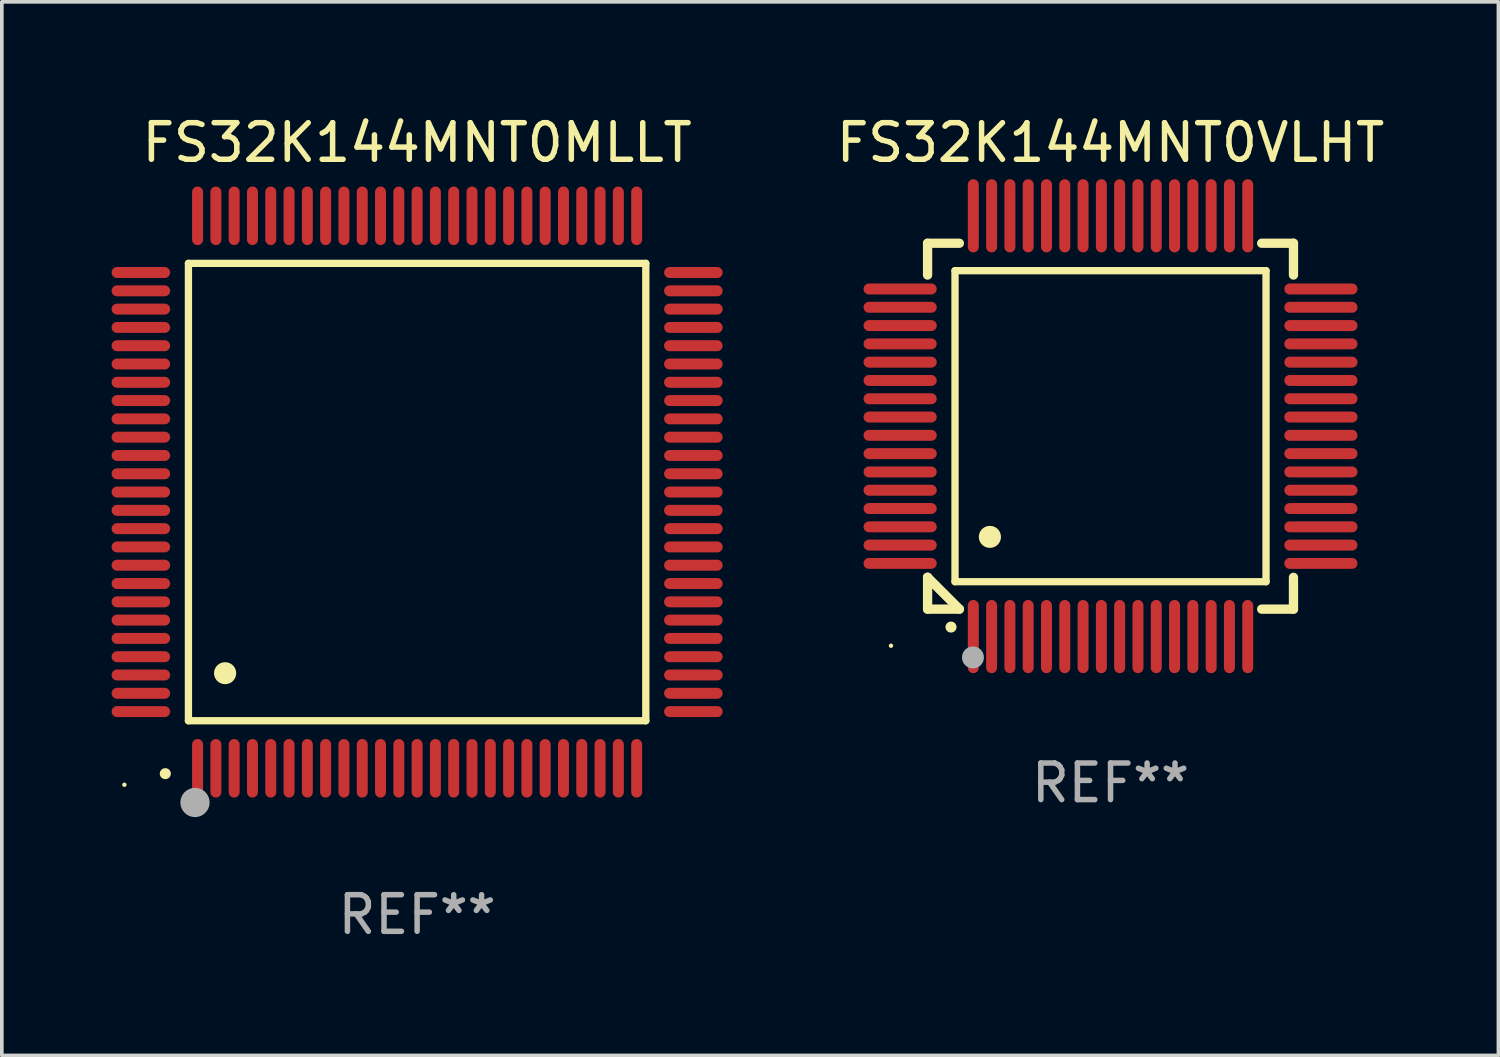
<source format=kicad_pcb>
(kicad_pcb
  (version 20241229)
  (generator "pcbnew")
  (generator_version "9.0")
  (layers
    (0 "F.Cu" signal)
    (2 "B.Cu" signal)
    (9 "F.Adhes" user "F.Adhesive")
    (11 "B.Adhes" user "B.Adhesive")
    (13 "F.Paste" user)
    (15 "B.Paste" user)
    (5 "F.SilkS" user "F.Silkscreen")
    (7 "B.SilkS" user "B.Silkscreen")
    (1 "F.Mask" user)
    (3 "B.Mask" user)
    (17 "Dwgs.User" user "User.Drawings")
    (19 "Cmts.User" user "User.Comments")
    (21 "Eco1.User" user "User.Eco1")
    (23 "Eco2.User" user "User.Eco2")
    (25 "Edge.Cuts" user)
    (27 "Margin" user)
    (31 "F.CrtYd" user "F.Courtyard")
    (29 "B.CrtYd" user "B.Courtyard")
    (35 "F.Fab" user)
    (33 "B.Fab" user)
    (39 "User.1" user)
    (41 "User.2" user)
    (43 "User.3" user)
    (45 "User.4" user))
  (footprint "FS32K144MNT0VLHT"
    (layer "F.Cu")
    (at 27.301 8.598)
    (property "Reference" "FS32K144MNT0VLHT" (at 0 -7.75 0) (layer "F.SilkS") (effects (font (size 1 1) (thickness 0.15))))
    (attr through_hole)
    (fp_line (start -5 -5) (end -4.131 -5) (stroke (width 0.254) (type solid)) (layer "F.SilkS"))
    (fp_line (start -5 -4.131) (end -5 -5) (stroke (width 0.254) (type solid)) (layer "F.SilkS"))
    (fp_line (start -5 4.131) (end -5 4.131) (stroke (width 0.254) (type solid)) (layer "F.SilkS"))
    (fp_line (start -5 5) (end -5 4.131) (stroke (width 0.254) (type solid)) (layer "F.SilkS"))
    (fp_line (start -5 4.131) (end -4.131 5) (stroke (width 0.254) (type solid)) (layer "F.SilkS"))
    (fp_line (start -4.25 -4.25) (end -4.25 4.25) (stroke (width 0.2) (type solid)) (layer "F.SilkS"))
    (fp_line (start -4.25 4.25) (end 4.25 4.25) (stroke (width 0.2) (type solid)) (layer "F.SilkS"))
    (fp_line (start -4.131 5) (end -5 5) (stroke (width 0.254) (type solid)) (layer "F.SilkS"))
    (fp_line (start 4.25 -4.25) (end -4.25 -4.25) (stroke (width 0.2) (type solid)) (layer "F.SilkS"))
    (fp_line (start 4.25 4.25) (end 4.25 -4.25) (stroke (width 0.2) (type solid)) (layer "F.SilkS"))
    (fp_line (start 5 -5) (end 4.131 -5) (stroke (width 0.254) (type solid)) (layer "F.SilkS"))
    (fp_line (start 5 -5) (end 5 -4.131) (stroke (width 0.254) (type solid)) (layer "F.SilkS"))
    (fp_line (start 5 4.131) (end 5 5) (stroke (width 0.254) (type solid)) (layer "F.SilkS"))
    (fp_line (start 5 5) (end 4.131 5) (stroke (width 0.254) (type solid)) (layer "F.SilkS"))
    (fp_arc (start -4.361265 5.489992) (mid -4.359995 5.489987) (end -4.358725 5.489992) (stroke (width 0.3) (type solid)) (layer "F.SilkS"))
    (fp_arc (start -3.299467 3.025146) (mid -3.296927 3.025135) (end -3.294387 3.025146) (stroke (width 0.6) (type solid)) (layer "F.SilkS"))
    (fp_circle (center -6 6) (end -5.97 6) (stroke (width 0.06) (type solid)) (fill no) (layer "F.SilkS"))
    (fp_circle (center -3.76 6.32) (end -3.61 6.32) (stroke (width 0.3) (type solid)) (fill no) (layer "F.Fab"))
    (fp_text user "REF**" (at 0 9.75 0) (layer "F.Fab") (effects (font (size 1 1) (thickness 0.15))))
    (pad "1" smd oval (at -3.75 5.75) (size 0.3 2) (layers "F.Cu" "F.Mask" "F.Paste"))
    (pad "2" smd oval (at -3.25 5.75) (size 0.3 2) (layers "F.Cu" "F.Mask" "F.Paste"))
    (pad "3" smd oval (at -2.75 5.75) (size 0.3 2) (layers "F.Cu" "F.Mask" "F.Paste"))
    (pad "4" smd oval (at -2.25 5.75) (size 0.3 2) (layers "F.Cu" "F.Mask" "F.Paste"))
    (pad "5" smd oval (at -1.75 5.75) (size 0.3 2) (layers "F.Cu" "F.Mask" "F.Paste"))
    (pad "6" smd oval (at -1.25 5.75) (size 0.3 2) (layers "F.Cu" "F.Mask" "F.Paste"))
    (pad "7" smd oval (at -0.75 5.75) (size 0.3 2) (layers "F.Cu" "F.Mask" "F.Paste"))
    (pad "8" smd oval (at -0.25 5.75) (size 0.3 2) (layers "F.Cu" "F.Mask" "F.Paste"))
    (pad "9" smd oval (at 0.25 5.75) (size 0.3 2) (layers "F.Cu" "F.Mask" "F.Paste"))
    (pad "10" smd oval (at 0.75 5.75) (size 0.3 2) (layers "F.Cu" "F.Mask" "F.Paste"))
    (pad "11" smd oval (at 1.25 5.75) (size 0.3 2) (layers "F.Cu" "F.Mask" "F.Paste"))
    (pad "12" smd oval (at 1.75 5.75) (size 0.3 2) (layers "F.Cu" "F.Mask" "F.Paste"))
    (pad "13" smd oval (at 2.25 5.75) (size 0.3 2) (layers "F.Cu" "F.Mask" "F.Paste"))
    (pad "14" smd oval (at 2.75 5.75) (size 0.3 2) (layers "F.Cu" "F.Mask" "F.Paste"))
    (pad "15" smd oval (at 3.25 5.75) (size 0.3 2) (layers "F.Cu" "F.Mask" "F.Paste"))
    (pad "16" smd oval (at 3.75 5.75) (size 0.3 2) (layers "F.Cu" "F.Mask" "F.Paste"))
    (pad "17" smd oval (at 5.75 3.75) (size 2 0.3) (layers "F.Cu" "F.Mask" "F.Paste"))
    (pad "18" smd oval (at 5.75 3.25) (size 2 0.3) (layers "F.Cu" "F.Mask" "F.Paste"))
    (pad "19" smd oval (at 5.75 2.75) (size 2 0.3) (layers "F.Cu" "F.Mask" "F.Paste"))
    (pad "20" smd oval (at 5.75 2.25) (size 2 0.3) (layers "F.Cu" "F.Mask" "F.Paste"))
    (pad "21" smd oval (at 5.75 1.75) (size 2 0.3) (layers "F.Cu" "F.Mask" "F.Paste"))
    (pad "22" smd oval (at 5.75 1.25) (size 2 0.3) (layers "F.Cu" "F.Mask" "F.Paste"))
    (pad "23" smd oval (at 5.75 0.75) (size 2 0.3) (layers "F.Cu" "F.Mask" "F.Paste"))
    (pad "24" smd oval (at 5.75 0.25) (size 2 0.3) (layers "F.Cu" "F.Mask" "F.Paste"))
    (pad "25" smd oval (at 5.75 -0.25) (size 2 0.3) (layers "F.Cu" "F.Mask" "F.Paste"))
    (pad "26" smd oval (at 5.75 -0.75) (size 2 0.3) (layers "F.Cu" "F.Mask" "F.Paste"))
    (pad "27" smd oval (at 5.75 -1.25) (size 2 0.3) (layers "F.Cu" "F.Mask" "F.Paste"))
    (pad "28" smd oval (at 5.75 -1.75) (size 2 0.3) (layers "F.Cu" "F.Mask" "F.Paste"))
    (pad "29" smd oval (at 5.75 -2.25) (size 2 0.3) (layers "F.Cu" "F.Mask" "F.Paste"))
    (pad "30" smd oval (at 5.75 -2.75) (size 2 0.3) (layers "F.Cu" "F.Mask" "F.Paste"))
    (pad "31" smd oval (at 5.75 -3.25) (size 2 0.3) (layers "F.Cu" "F.Mask" "F.Paste"))
    (pad "32" smd oval (at 5.75 -3.75) (size 2 0.3) (layers "F.Cu" "F.Mask" "F.Paste"))
    (pad "33" smd oval (at 3.75 -5.75) (size 0.3 2) (layers "F.Cu" "F.Mask" "F.Paste"))
    (pad "34" smd oval (at 3.25 -5.75) (size 0.3 2) (layers "F.Cu" "F.Mask" "F.Paste"))
    (pad "35" smd oval (at 2.75 -5.75) (size 0.3 2) (layers "F.Cu" "F.Mask" "F.Paste"))
    (pad "36" smd oval (at 2.25 -5.75) (size 0.3 2) (layers "F.Cu" "F.Mask" "F.Paste"))
    (pad "37" smd oval (at 1.75 -5.75) (size 0.3 2) (layers "F.Cu" "F.Mask" "F.Paste"))
    (pad "38" smd oval (at 1.25 -5.75) (size 0.3 2) (layers "F.Cu" "F.Mask" "F.Paste"))
    (pad "39" smd oval (at 0.75 -5.75) (size 0.3 2) (layers "F.Cu" "F.Mask" "F.Paste"))
    (pad "40" smd oval (at 0.25 -5.75) (size 0.3 2) (layers "F.Cu" "F.Mask" "F.Paste"))
    (pad "41" smd oval (at -0.25 -5.75) (size 0.3 2) (layers "F.Cu" "F.Mask" "F.Paste"))
    (pad "42" smd oval (at -0.75 -5.75) (size 0.3 2) (layers "F.Cu" "F.Mask" "F.Paste"))
    (pad "43" smd oval (at -1.25 -5.75) (size 0.3 2) (layers "F.Cu" "F.Mask" "F.Paste"))
    (pad "44" smd oval (at -1.75 -5.75) (size 0.3 2) (layers "F.Cu" "F.Mask" "F.Paste"))
    (pad "45" smd oval (at -2.25 -5.75) (size 0.3 2) (layers "F.Cu" "F.Mask" "F.Paste"))
    (pad "46" smd oval (at -2.75 -5.75) (size 0.3 2) (layers "F.Cu" "F.Mask" "F.Paste"))
    (pad "47" smd oval (at -3.25 -5.75) (size 0.3 2) (layers "F.Cu" "F.Mask" "F.Paste"))
    (pad "48" smd oval (at -3.75 -5.75) (size 0.3 2) (layers "F.Cu" "F.Mask" "F.Paste"))
    (pad "49" smd oval (at -5.75 -3.75) (size 2 0.3) (layers "F.Cu" "F.Mask" "F.Paste"))
    (pad "50" smd oval (at -5.75 -3.25) (size 2 0.3) (layers "F.Cu" "F.Mask" "F.Paste"))
    (pad "51" smd oval (at -5.75 -2.75) (size 2 0.3) (layers "F.Cu" "F.Mask" "F.Paste"))
    (pad "52" smd oval (at -5.75 -2.25) (size 2 0.3) (layers "F.Cu" "F.Mask" "F.Paste"))
    (pad "53" smd oval (at -5.75 -1.75) (size 2 0.3) (layers "F.Cu" "F.Mask" "F.Paste"))
    (pad "54" smd oval (at -5.75 -1.25) (size 2 0.3) (layers "F.Cu" "F.Mask" "F.Paste"))
    (pad "55" smd oval (at -5.75 -0.75) (size 2 0.3) (layers "F.Cu" "F.Mask" "F.Paste"))
    (pad "56" smd oval (at -5.75 -0.25) (size 2 0.3) (layers "F.Cu" "F.Mask" "F.Paste"))
    (pad "57" smd oval (at -5.75 0.25) (size 2 0.3) (layers "F.Cu" "F.Mask" "F.Paste"))
    (pad "58" smd oval (at -5.75 0.75) (size 2 0.3) (layers "F.Cu" "F.Mask" "F.Paste"))
    (pad "59" smd oval (at -5.75 1.25) (size 2 0.3) (layers "F.Cu" "F.Mask" "F.Paste"))
    (pad "60" smd oval (at -5.75 1.75) (size 2 0.3) (layers "F.Cu" "F.Mask" "F.Paste"))
    (pad "61" smd oval (at -5.75 2.25) (size 2 0.3) (layers "F.Cu" "F.Mask" "F.Paste"))
    (pad "62" smd oval (at -5.75 2.75) (size 2 0.3) (layers "F.Cu" "F.Mask" "F.Paste"))
    (pad "63" smd oval (at -5.75 3.25) (size 2 0.3) (layers "F.Cu" "F.Mask" "F.Paste"))
    (pad "64" smd oval (at -5.75 3.75) (size 2 0.3) (layers "F.Cu" "F.Mask" "F.Paste")))
  (footprint "FS32K144MNT0MLLT"
    (layer "F.Cu")
    (at 8.35 10.398)
    (property "Reference" "FS32K144MNT0MLLT" (at 0 -9.55 0) (layer "F.SilkS") (effects (font (size 1 1) (thickness 0.15))))
    (attr through_hole)
    (fp_line (start -6.25 -6.25) (end -6.25 6.25) (stroke (width 0.2) (type solid)) (layer "F.SilkS"))
    (fp_line (start -6.25 6.25) (end 6.25 6.25) (stroke (width 0.2) (type solid)) (layer "F.SilkS"))
    (fp_line (start 6.25 -6.25) (end -6.25 -6.25) (stroke (width 0.2) (type solid)) (layer "F.SilkS"))
    (fp_line (start 6.25 6.25) (end 6.25 -6.25) (stroke (width 0.2) (type solid)) (layer "F.SilkS"))
    (fp_arc (start -6.883414 7.696215) (mid -6.882144 7.69621) (end -6.880874 7.696215) (stroke (width 0.3) (type solid)) (layer "F.SilkS"))
    (fp_arc (start -5.250191 4.95047) (mid -5.247651 4.950459) (end -5.245111 4.95047) (stroke (width 0.6) (type solid)) (layer "F.SilkS"))
    (fp_circle (center -8 8) (end -7.97 8) (stroke (width 0.06) (type solid)) (fill no) (layer "F.SilkS"))
    (fp_circle (center -6.071 8.484) (end -5.871 8.484) (stroke (width 0.4) (type solid)) (fill no) (layer "F.Fab"))
    (fp_text user "REF**" (at 0 11.55 0) (layer "F.Fab") (effects (font (size 1 1) (thickness 0.15))))
    (pad "1" smd oval (at -6 7.55) (size 0.3 1.6) (layers "F.Cu" "F.Mask" "F.Paste"))
    (pad "2" smd oval (at -5.5 7.55) (size 0.3 1.6) (layers "F.Cu" "F.Mask" "F.Paste"))
    (pad "3" smd oval (at -5 7.55) (size 0.3 1.6) (layers "F.Cu" "F.Mask" "F.Paste"))
    (pad "4" smd oval (at -4.5 7.55) (size 0.3 1.6) (layers "F.Cu" "F.Mask" "F.Paste"))
    (pad "5" smd oval (at -4 7.55) (size 0.3 1.6) (layers "F.Cu" "F.Mask" "F.Paste"))
    (pad "6" smd oval (at -3.5 7.55) (size 0.3 1.6) (layers "F.Cu" "F.Mask" "F.Paste"))
    (pad "7" smd oval (at -3 7.55) (size 0.3 1.6) (layers "F.Cu" "F.Mask" "F.Paste"))
    (pad "8" smd oval (at -2.5 7.55) (size 0.3 1.6) (layers "F.Cu" "F.Mask" "F.Paste"))
    (pad "9" smd oval (at -2 7.55) (size 0.3 1.6) (layers "F.Cu" "F.Mask" "F.Paste"))
    (pad "10" smd oval (at -1.5 7.55) (size 0.3 1.6) (layers "F.Cu" "F.Mask" "F.Paste"))
    (pad "11" smd oval (at -1 7.55) (size 0.3 1.6) (layers "F.Cu" "F.Mask" "F.Paste"))
    (pad "12" smd oval (at -0.5 7.55) (size 0.3 1.6) (layers "F.Cu" "F.Mask" "F.Paste"))
    (pad "13" smd oval (at 0 7.55) (size 0.3 1.6) (layers "F.Cu" "F.Mask" "F.Paste"))
    (pad "14" smd oval (at 0.5 7.55) (size 0.3 1.6) (layers "F.Cu" "F.Mask" "F.Paste"))
    (pad "15" smd oval (at 1 7.55) (size 0.3 1.6) (layers "F.Cu" "F.Mask" "F.Paste"))
    (pad "16" smd oval (at 1.5 7.55) (size 0.3 1.6) (layers "F.Cu" "F.Mask" "F.Paste"))
    (pad "17" smd oval (at 2 7.55) (size 0.3 1.6) (layers "F.Cu" "F.Mask" "F.Paste"))
    (pad "18" smd oval (at 2.5 7.55) (size 0.3 1.6) (layers "F.Cu" "F.Mask" "F.Paste"))
    (pad "19" smd oval (at 3 7.55) (size 0.3 1.6) (layers "F.Cu" "F.Mask" "F.Paste"))
    (pad "20" smd oval (at 3.5 7.55) (size 0.3 1.6) (layers "F.Cu" "F.Mask" "F.Paste"))
    (pad "21" smd oval (at 4 7.55) (size 0.3 1.6) (layers "F.Cu" "F.Mask" "F.Paste"))
    (pad "22" smd oval (at 4.5 7.55) (size 0.3 1.6) (layers "F.Cu" "F.Mask" "F.Paste"))
    (pad "23" smd oval (at 5 7.55) (size 0.3 1.6) (layers "F.Cu" "F.Mask" "F.Paste"))
    (pad "24" smd oval (at 5.5 7.55) (size 0.3 1.6) (layers "F.Cu" "F.Mask" "F.Paste"))
    (pad "25" smd oval (at 6 7.55) (size 0.3 1.6) (layers "F.Cu" "F.Mask" "F.Paste"))
    (pad "26" smd oval (at 7.55 6) (size 1.6 0.3) (layers "F.Cu" "F.Mask" "F.Paste"))
    (pad "27" smd oval (at 7.55 5.5) (size 1.6 0.3) (layers "F.Cu" "F.Mask" "F.Paste"))
    (pad "28" smd oval (at 7.55 5) (size 1.6 0.3) (layers "F.Cu" "F.Mask" "F.Paste"))
    (pad "29" smd oval (at 7.55 4.5) (size 1.6 0.3) (layers "F.Cu" "F.Mask" "F.Paste"))
    (pad "30" smd oval (at 7.55 4) (size 1.6 0.3) (layers "F.Cu" "F.Mask" "F.Paste"))
    (pad "31" smd oval (at 7.55 3.5) (size 1.6 0.3) (layers "F.Cu" "F.Mask" "F.Paste"))
    (pad "32" smd oval (at 7.55 3) (size 1.6 0.3) (layers "F.Cu" "F.Mask" "F.Paste"))
    (pad "33" smd oval (at 7.55 2.5) (size 1.6 0.3) (layers "F.Cu" "F.Mask" "F.Paste"))
    (pad "34" smd oval (at 7.55 2) (size 1.6 0.3) (layers "F.Cu" "F.Mask" "F.Paste"))
    (pad "35" smd oval (at 7.55 1.5) (size 1.6 0.3) (layers "F.Cu" "F.Mask" "F.Paste"))
    (pad "36" smd oval (at 7.55 1) (size 1.6 0.3) (layers "F.Cu" "F.Mask" "F.Paste"))
    (pad "37" smd oval (at 7.55 0.5) (size 1.6 0.3) (layers "F.Cu" "F.Mask" "F.Paste"))
    (pad "38" smd oval (at 7.55 0) (size 1.6 0.3) (layers "F.Cu" "F.Mask" "F.Paste"))
    (pad "39" smd oval (at 7.55 -0.5) (size 1.6 0.3) (layers "F.Cu" "F.Mask" "F.Paste"))
    (pad "40" smd oval (at 7.55 -1) (size 1.6 0.3) (layers "F.Cu" "F.Mask" "F.Paste"))
    (pad "41" smd oval (at 7.55 -1.5) (size 1.6 0.3) (layers "F.Cu" "F.Mask" "F.Paste"))
    (pad "42" smd oval (at 7.55 -2) (size 1.6 0.3) (layers "F.Cu" "F.Mask" "F.Paste"))
    (pad "43" smd oval (at 7.55 -2.5) (size 1.6 0.3) (layers "F.Cu" "F.Mask" "F.Paste"))
    (pad "44" smd oval (at 7.55 -3) (size 1.6 0.3) (layers "F.Cu" "F.Mask" "F.Paste"))
    (pad "45" smd oval (at 7.55 -3.5) (size 1.6 0.3) (layers "F.Cu" "F.Mask" "F.Paste"))
    (pad "46" smd oval (at 7.55 -4) (size 1.6 0.3) (layers "F.Cu" "F.Mask" "F.Paste"))
    (pad "47" smd oval (at 7.55 -4.5) (size 1.6 0.3) (layers "F.Cu" "F.Mask" "F.Paste"))
    (pad "48" smd oval (at 7.55 -5) (size 1.6 0.3) (layers "F.Cu" "F.Mask" "F.Paste"))
    (pad "49" smd oval (at 7.55 -5.5) (size 1.6 0.3) (layers "F.Cu" "F.Mask" "F.Paste"))
    (pad "50" smd oval (at 7.55 -6) (size 1.6 0.3) (layers "F.Cu" "F.Mask" "F.Paste"))
    (pad "51" smd oval (at 6 -7.55) (size 0.3 1.6) (layers "F.Cu" "F.Mask" "F.Paste"))
    (pad "52" smd oval (at 5.5 -7.55) (size 0.3 1.6) (layers "F.Cu" "F.Mask" "F.Paste"))
    (pad "53" smd oval (at 5 -7.55) (size 0.3 1.6) (layers "F.Cu" "F.Mask" "F.Paste"))
    (pad "54" smd oval (at 4.5 -7.55) (size 0.3 1.6) (layers "F.Cu" "F.Mask" "F.Paste"))
    (pad "55" smd oval (at 4 -7.55) (size 0.3 1.6) (layers "F.Cu" "F.Mask" "F.Paste"))
    (pad "56" smd oval (at 3.5 -7.55) (size 0.3 1.6) (layers "F.Cu" "F.Mask" "F.Paste"))
    (pad "57" smd oval (at 3 -7.55) (size 0.3 1.6) (layers "F.Cu" "F.Mask" "F.Paste"))
    (pad "58" smd oval (at 2.5 -7.55) (size 0.3 1.6) (layers "F.Cu" "F.Mask" "F.Paste"))
    (pad "59" smd oval (at 2 -7.55) (size 0.3 1.6) (layers "F.Cu" "F.Mask" "F.Paste"))
    (pad "60" smd oval (at 1.5 -7.55) (size 0.3 1.6) (layers "F.Cu" "F.Mask" "F.Paste"))
    (pad "61" smd oval (at 1 -7.55) (size 0.3 1.6) (layers "F.Cu" "F.Mask" "F.Paste"))
    (pad "62" smd oval (at 0.5 -7.55) (size 0.3 1.6) (layers "F.Cu" "F.Mask" "F.Paste"))
    (pad "63" smd oval (at 0 -7.55) (size 0.3 1.6) (layers "F.Cu" "F.Mask" "F.Paste"))
    (pad "64" smd oval (at -0.5 -7.55) (size 0.3 1.6) (layers "F.Cu" "F.Mask" "F.Paste"))
    (pad "65" smd oval (at -1 -7.55) (size 0.3 1.6) (layers "F.Cu" "F.Mask" "F.Paste"))
    (pad "66" smd oval (at -1.5 -7.55) (size 0.3 1.6) (layers "F.Cu" "F.Mask" "F.Paste"))
    (pad "67" smd oval (at -2 -7.55) (size 0.3 1.6) (layers "F.Cu" "F.Mask" "F.Paste"))
    (pad "68" smd oval (at -2.5 -7.55) (size 0.3 1.6) (layers "F.Cu" "F.Mask" "F.Paste"))
    (pad "69" smd oval (at -3 -7.55) (size 0.3 1.6) (layers "F.Cu" "F.Mask" "F.Paste"))
    (pad "70" smd oval (at -3.5 -7.55) (size 0.3 1.6) (layers "F.Cu" "F.Mask" "F.Paste"))
    (pad "71" smd oval (at -4 -7.55) (size 0.3 1.6) (layers "F.Cu" "F.Mask" "F.Paste"))
    (pad "72" smd oval (at -4.5 -7.55) (size 0.3 1.6) (layers "F.Cu" "F.Mask" "F.Paste"))
    (pad "73" smd oval (at -5 -7.55) (size 0.3 1.6) (layers "F.Cu" "F.Mask" "F.Paste"))
    (pad "74" smd oval (at -5.5 -7.55) (size 0.3 1.6) (layers "F.Cu" "F.Mask" "F.Paste"))
    (pad "75" smd oval (at -6 -7.55) (size 0.3 1.6) (layers "F.Cu" "F.Mask" "F.Paste"))
    (pad "76" smd oval (at -7.55 -6) (size 1.6 0.3) (layers "F.Cu" "F.Mask" "F.Paste"))
    (pad "77" smd oval (at -7.55 -5.5) (size 1.6 0.3) (layers "F.Cu" "F.Mask" "F.Paste"))
    (pad "78" smd oval (at -7.55 -5) (size 1.6 0.3) (layers "F.Cu" "F.Mask" "F.Paste"))
    (pad "79" smd oval (at -7.55 -4.5) (size 1.6 0.3) (layers "F.Cu" "F.Mask" "F.Paste"))
    (pad "80" smd oval (at -7.55 -4) (size 1.6 0.3) (layers "F.Cu" "F.Mask" "F.Paste"))
    (pad "81" smd oval (at -7.55 -3.5) (size 1.6 0.3) (layers "F.Cu" "F.Mask" "F.Paste"))
    (pad "82" smd oval (at -7.55 -3) (size 1.6 0.3) (layers "F.Cu" "F.Mask" "F.Paste"))
    (pad "83" smd oval (at -7.55 -2.5) (size 1.6 0.3) (layers "F.Cu" "F.Mask" "F.Paste"))
    (pad "84" smd oval (at -7.55 -2) (size 1.6 0.3) (layers "F.Cu" "F.Mask" "F.Paste"))
    (pad "85" smd oval (at -7.55 -1.5) (size 1.6 0.3) (layers "F.Cu" "F.Mask" "F.Paste"))
    (pad "86" smd oval (at -7.55 -1) (size 1.6 0.3) (layers "F.Cu" "F.Mask" "F.Paste"))
    (pad "87" smd oval (at -7.55 -0.5) (size 1.6 0.3) (layers "F.Cu" "F.Mask" "F.Paste"))
    (pad "88" smd oval (at -7.55 0) (size 1.6 0.3) (layers "F.Cu" "F.Mask" "F.Paste"))
    (pad "89" smd oval (at -7.55 0.5) (size 1.6 0.3) (layers "F.Cu" "F.Mask" "F.Paste"))
    (pad "90" smd oval (at -7.55 1) (size 1.6 0.3) (layers "F.Cu" "F.Mask" "F.Paste"))
    (pad "91" smd oval (at -7.55 1.5) (size 1.6 0.3) (layers "F.Cu" "F.Mask" "F.Paste"))
    (pad "92" smd oval (at -7.55 2) (size 1.6 0.3) (layers "F.Cu" "F.Mask" "F.Paste"))
    (pad "93" smd oval (at -7.55 2.5) (size 1.6 0.3) (layers "F.Cu" "F.Mask" "F.Paste"))
    (pad "94" smd oval (at -7.55 3) (size 1.6 0.3) (layers "F.Cu" "F.Mask" "F.Paste"))
    (pad "95" smd oval (at -7.55 3.5) (size 1.6 0.3) (layers "F.Cu" "F.Mask" "F.Paste"))
    (pad "96" smd oval (at -7.55 4) (size 1.6 0.3) (layers "F.Cu" "F.Mask" "F.Paste"))
    (pad "97" smd oval (at -7.55 4.5) (size 1.6 0.3) (layers "F.Cu" "F.Mask" "F.Paste"))
    (pad "98" smd oval (at -7.55 5) (size 1.6 0.3) (layers "F.Cu" "F.Mask" "F.Paste"))
    (pad "99" smd oval (at -7.55 5.5) (size 1.6 0.3) (layers "F.Cu" "F.Mask" "F.Paste"))
    (pad "100" smd oval (at -7.55 6) (size 1.6 0.3) (layers "F.Cu" "F.Mask" "F.Paste")))
  (gr_rect
    (start -3 -3)
    (end 37.902 25.796)
    (stroke (width 0.1) (type default))
    (fill no)
    (layer "Edge.Cuts")))
</source>
